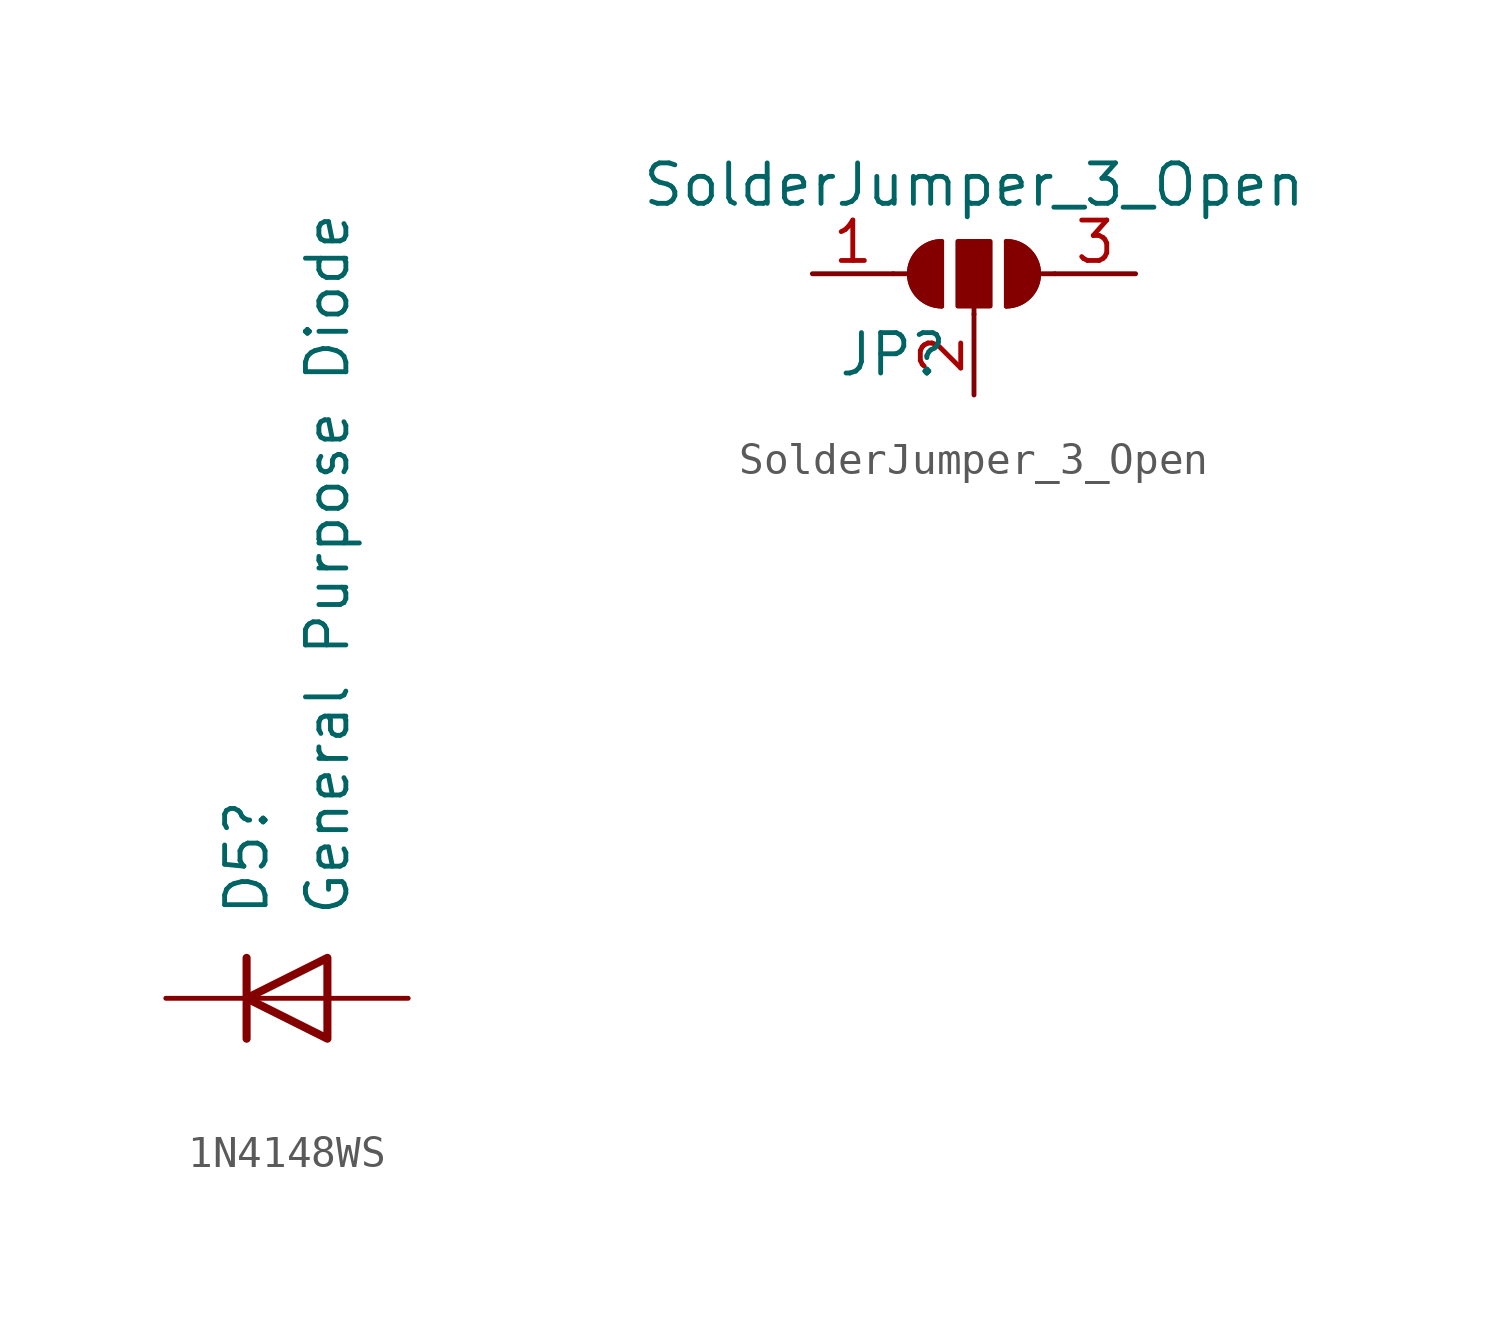
<source format=kicad_sym>
(kicad_symbol_lib
  (version 20220914)
  (generator kicad_symbol_editor)
  (symbol "1N4148WS"
    (pin_numbers hide)
    (pin_names hide)
    (property "Reference" "D5"
      (at -1.27 2.54 90)
      (effects (font (size 1.27 1.27)) (justify left)))
    (property "Value" "General Purpose Diode"
      (at 1.27 2.54 90)
      (effects (font (size 1.27 1.27)) (justify left)))
    (symbol "1N4148WS_0_1"
      (polyline (pts (xy -1.27 1.27) (xy -1.27 -1.27)) (stroke (width 0.254) (type default)) (fill (type none)))
      (polyline (pts (xy 1.27 0) (xy -1.27 0)) (stroke (width 0) (type default)) (fill (type none)))
      (polyline (pts (xy 1.27 1.27) (xy 1.27 -1.27) (xy -1.27 0) (xy 1.27 1.27)) (stroke (width 0.254) (type default)) (fill (type none))))
    (symbol "1N4148WS_1_1"
      (pin passive line (at -3.81 0 0) (length 2.54) (name "K" (effects (font (size 1.27 1.27)))) (number "1" (effects (font (size 1.27 1.27)))))
      (pin passive line (at 3.81 0 180) (length 2.54) (name "A" (effects (font (size 1.27 1.27)))) (number "2" (effects (font (size 1.27 1.27)))))))
  (symbol "SolderJumper_3_Open"
    (pin_names
      (offset 0) hide)
    (property "Reference" "JP"
      (at -2.54 -2.54 0)
      (effects (font (size 1.27 1.27))))
    (property "Value" "SolderJumper_3_Open"
      (at 0 2.794 0)
      (effects (font (size 1.27 1.27))))
    (symbol "SolderJumper_3_Open_0_1"
      (arc (start -1.016 1.016) (mid -2.0276 0) (end -1.016 -1.016) (stroke (width 0) (type default)) (fill (type none)))
      (arc (start -1.016 1.016) (mid -2.0276 0) (end -1.016 -1.016) (stroke (width 0) (type default)) (fill (type outline)))
      (rectangle (start -0.508 1.016) (end 0.508 -1.016) (stroke (width 0) (type default)) (fill (type outline)))
      (polyline (pts (xy -2.54 0) (xy -2.032 0)) (stroke (width 0) (type default)) (fill (type none)))
      (polyline (pts (xy -1.016 1.016) (xy -1.016 -1.016)) (stroke (width 0) (type default)) (fill (type none)))
      (polyline (pts (xy 0 -1.27) (xy 0 -1.016)) (stroke (width 0) (type default)) (fill (type none)))
      (polyline (pts (xy 1.016 1.016) (xy 1.016 -1.016)) (stroke (width 0) (type default)) (fill (type none)))
      (polyline (pts (xy 2.54 0) (xy 2.032 0)) (stroke (width 0) (type default)) (fill (type none)))
      (arc (start 1.016 -1.016) (mid 2.0276 0) (end 1.016 1.016) (stroke (width 0) (type default)) (fill (type none)))
      (arc (start 1.016 -1.016) (mid 2.0276 0) (end 1.016 1.016) (stroke (width 0) (type default)) (fill (type outline))))
    (symbol "SolderJumper_3_Open_1_1"
      (pin passive line (at -5.08 0 0) (length 2.54) (name "A" (effects (font (size 1.27 1.27)))) (number "1" (effects (font (size 1.27 1.27)))))
      (pin input line (at 0 -3.81 90) (length 2.54) (name "C" (effects (font (size 1.27 1.27)))) (number "2" (effects (font (size 1.27 1.27)))))
      (pin passive line (at 5.08 0 180) (length 2.54) (name "B" (effects (font (size 1.27 1.27)))) (number "3" (effects (font (size 1.27 1.27))))))))
</source>
